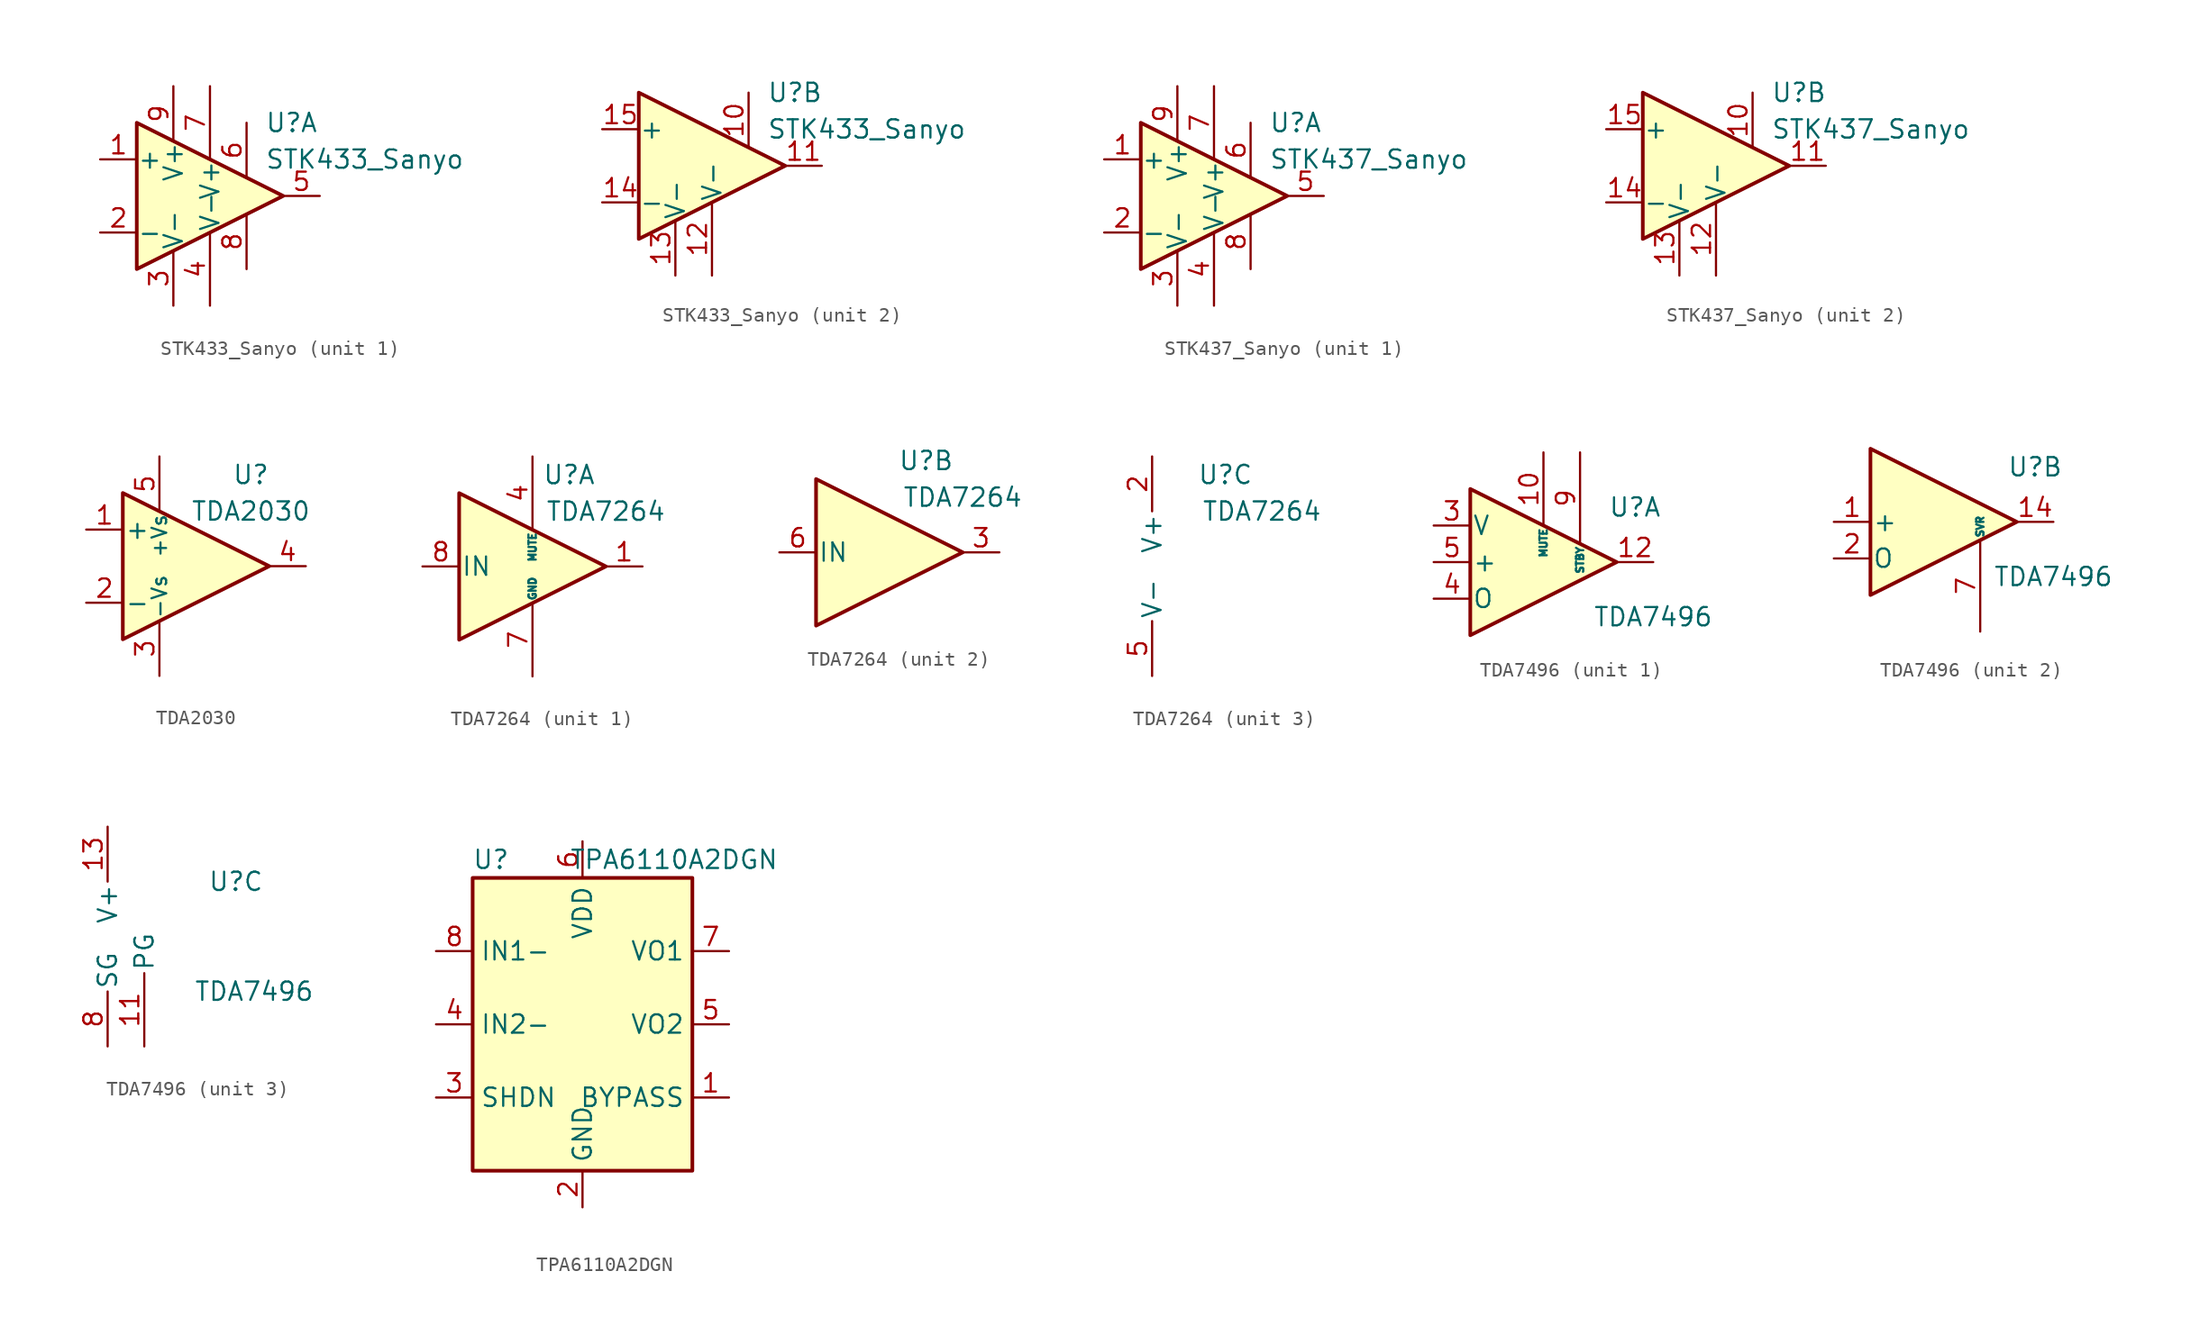
<source format=kicad_sym>
(kicad_symbol_lib
  (version 20220914)
  (generator kicad_symbol_editor)
  (symbol "STK433_Sanyo"
    (pin_names
      (offset 0.025))
    (property "Reference" "U"
      (at 3.81 5.08 0)
      (effects (font (size 1.27 1.27)) (justify left)))
    (property "Value" "STK433_Sanyo"
      (at 3.81 2.54 0)
      (effects (font (size 1.27 1.27)) (justify left)))
    (symbol "STK433_Sanyo_0_1"
      (polyline (pts (xy -5.08 5.08) (xy 5.08 0) (xy -5.08 -5.08) (xy -5.08 5.08)) (stroke (width 0.254) (type default)) (fill (type background))))
    (symbol "STK433_Sanyo_1_1"
      (pin input line (at -7.62 2.54 0) (length 2.54) (name "+" (effects (font (size 1.27 1.27)))) (number "1" (effects (font (size 1.27 1.27)))))
      (pin input line (at -7.62 -2.54 0) (length 2.54) (name "-" (effects (font (size 1.27 1.27)))) (number "2" (effects (font (size 1.27 1.27)))))
      (pin power_in line (at -2.54 -7.62 90) (length 3.81) (name "V-" (effects (font (size 1.27 1.27)))) (number "3" (effects (font (size 1.27 1.27)))))
      (pin power_in line (at 0 -7.62 90) (length 5.08) (name "V-" (effects (font (size 1.27 1.27)))) (number "4" (effects (font (size 1.27 1.27)))))
      (pin output line (at 7.62 0 180) (length 2.54) (name "~" (effects (font (size 1.27 1.27)))) (number "5" (effects (font (size 1.27 1.27)))))
      (pin passive line (at 2.54 5.08 270) (length 3.81) (name "~" (effects (font (size 1.27 1.27)))) (number "6" (effects (font (size 1.27 1.27)))))
      (pin power_in line (at 0 7.62 270) (length 5.08) (name "V+" (effects (font (size 1.27 1.27)))) (number "7" (effects (font (size 1.27 1.27)))))
      (pin power_in line (at 2.54 -5.08 90) (length 3.81) (name "~" (effects (font (size 1.27 1.27)))) (number "8" (effects (font (size 1.27 1.27)))))
      (pin power_in line (at -2.54 7.62 270) (length 3.81) (name "V+" (effects (font (size 1.27 1.27)))) (number "9" (effects (font (size 1.27 1.27))))))
    (symbol "STK433_Sanyo_2_1"
      (pin passive line (at 2.54 5.08 270) (length 3.81) (name "~" (effects (font (size 1.27 1.27)))) (number "10" (effects (font (size 1.27 1.27)))))
      (pin output line (at 7.62 0 180) (length 2.54) (name "~" (effects (font (size 1.27 1.27)))) (number "11" (effects (font (size 1.27 1.27)))))
      (pin power_in line (at 0 -7.62 90) (length 5.08) (name "V-" (effects (font (size 1.27 1.27)))) (number "12" (effects (font (size 1.27 1.27)))))
      (pin power_in line (at -2.54 -7.62 90) (length 3.81) (name "V-" (effects (font (size 1.27 1.27)))) (number "13" (effects (font (size 1.27 1.27)))))
      (pin input line (at -7.62 -2.54 0) (length 2.54) (name "-" (effects (font (size 1.27 1.27)))) (number "14" (effects (font (size 1.27 1.27)))))
      (pin input line (at -7.62 2.54 0) (length 2.54) (name "+" (effects (font (size 1.27 1.27)))) (number "15" (effects (font (size 1.27 1.27)))))))
  (symbol "STK437_Sanyo"
    (pin_names
      (offset 0.025))
    (property "Reference" "U"
      (at 3.81 5.08 0)
      (effects (font (size 1.27 1.27)) (justify left)))
    (property "Value" "STK437_Sanyo"
      (at 3.81 2.54 0)
      (effects (font (size 1.27 1.27)) (justify left)))
    (symbol "STK437_Sanyo_0_1"
      (polyline (pts (xy -5.08 5.08) (xy 5.08 0) (xy -5.08 -5.08) (xy -5.08 5.08)) (stroke (width 0.254) (type default)) (fill (type background))))
    (symbol "STK437_Sanyo_1_1"
      (pin input line (at -7.62 2.54 0) (length 2.54) (name "+" (effects (font (size 1.27 1.27)))) (number "1" (effects (font (size 1.27 1.27)))))
      (pin input line (at -7.62 -2.54 0) (length 2.54) (name "-" (effects (font (size 1.27 1.27)))) (number "2" (effects (font (size 1.27 1.27)))))
      (pin power_in line (at -2.54 -7.62 90) (length 3.81) (name "V-" (effects (font (size 1.27 1.27)))) (number "3" (effects (font (size 1.27 1.27)))))
      (pin power_in line (at 0 -7.62 90) (length 5.08) (name "V-" (effects (font (size 1.27 1.27)))) (number "4" (effects (font (size 1.27 1.27)))))
      (pin output line (at 7.62 0 180) (length 2.54) (name "~" (effects (font (size 1.27 1.27)))) (number "5" (effects (font (size 1.27 1.27)))))
      (pin passive line (at 2.54 5.08 270) (length 3.81) (name "~" (effects (font (size 1.27 1.27)))) (number "6" (effects (font (size 1.27 1.27)))))
      (pin power_in line (at 0 7.62 270) (length 5.08) (name "V+" (effects (font (size 1.27 1.27)))) (number "7" (effects (font (size 1.27 1.27)))))
      (pin power_in line (at 2.54 -5.08 90) (length 3.81) (name "~" (effects (font (size 1.27 1.27)))) (number "8" (effects (font (size 1.27 1.27)))))
      (pin power_in line (at -2.54 7.62 270) (length 3.81) (name "V+" (effects (font (size 1.27 1.27)))) (number "9" (effects (font (size 1.27 1.27))))))
    (symbol "STK437_Sanyo_2_1"
      (pin passive line (at 2.54 5.08 270) (length 3.81) (name "~" (effects (font (size 1.27 1.27)))) (number "10" (effects (font (size 1.27 1.27)))))
      (pin output line (at 7.62 0 180) (length 2.54) (name "~" (effects (font (size 1.27 1.27)))) (number "11" (effects (font (size 1.27 1.27)))))
      (pin power_in line (at 0 -7.62 90) (length 5.08) (name "V-" (effects (font (size 1.27 1.27)))) (number "12" (effects (font (size 1.27 1.27)))))
      (pin power_in line (at -2.54 -7.62 90) (length 3.81) (name "V-" (effects (font (size 1.27 1.27)))) (number "13" (effects (font (size 1.27 1.27)))))
      (pin input line (at -7.62 -2.54 0) (length 2.54) (name "-" (effects (font (size 1.27 1.27)))) (number "14" (effects (font (size 1.27 1.27)))))
      (pin input line (at -7.62 2.54 0) (length 2.54) (name "+" (effects (font (size 1.27 1.27)))) (number "15" (effects (font (size 1.27 1.27)))))))
  (symbol "TDA2030"
    (pin_names
      (offset 0.127))
    (property "Reference" "U"
      (at 3.81 6.35 0)
      (effects (font (size 1.27 1.27))))
    (property "Value" "TDA2030"
      (at 3.81 3.81 0)
      (effects (font (size 1.27 1.27))))
    (symbol "TDA2030_0_1"
      (polyline (pts (xy -5.08 5.08) (xy 5.08 0) (xy -5.08 -5.08) (xy -5.08 5.08)) (stroke (width 0.254) (type default)) (fill (type background))))
    (symbol "TDA2030_1_1"
      (pin input line (at -7.62 2.54 0) (length 2.54) (name "+" (effects (font (size 1.27 1.27)))) (number "1" (effects (font (size 1.27 1.27)))))
      (pin input line (at -7.62 -2.54 0) (length 2.54) (name "-" (effects (font (size 1.27 1.27)))) (number "2" (effects (font (size 1.27 1.27)))))
      (pin power_in line (at -2.54 -7.62 90) (length 3.81) (name "-Vs" (effects (font (size 1.016 1.016)))) (number "3" (effects (font (size 1.27 1.27)))))
      (pin output line (at 7.62 0 180) (length 2.54) (name "~" (effects (font (size 1.27 1.27)))) (number "4" (effects (font (size 1.27 1.27)))))
      (pin power_in line (at -2.54 7.62 270) (length 3.81) (name "+Vs" (effects (font (size 1.016 1.016)))) (number "5" (effects (font (size 1.27 1.27)))))))
  (symbol "TDA7264"
    (pin_names
      (offset 0.127))
    (property "Reference" "U"
      (at 2.54 6.35 0)
      (effects (font (size 1.27 1.27))))
    (property "Value" "TDA7264"
      (at 5.08 3.81 0)
      (effects (font (size 1.27 1.27))))
    (property "ki_locked" ""
      (at 0 0 0)
      (effects (font (size 1.27 1.27))))
    (symbol "TDA7264_1_1"
      (polyline (pts (xy 5.08 0) (xy -5.08 5.08) (xy -5.08 -5.08) (xy 5.08 0)) (stroke (width 0.254) (type default)) (fill (type background)))
      (pin output line (at 7.62 0 180) (length 2.54) (name "~" (effects (font (size 1.27 1.27)))) (number "1" (effects (font (size 1.27 1.27)))))
      (pin input line (at 0 7.62 270) (length 5.08) (name "MUTE" (effects (font (size 0.508 0.508)))) (number "4" (effects (font (size 1.27 1.27)))))
      (pin power_in line (at 0 -7.62 90) (length 5.08) (name "GND" (effects (font (size 0.508 0.508)))) (number "7" (effects (font (size 1.27 1.27)))))
      (pin input line (at -7.62 0 0) (length 2.54) (name "IN" (effects (font (size 1.27 1.27)))) (number "8" (effects (font (size 1.27 1.27))))))
    (symbol "TDA7264_2_1"
      (polyline (pts (xy 5.08 0) (xy -5.08 5.08) (xy -5.08 -5.08) (xy 5.08 0)) (stroke (width 0.254) (type default)) (fill (type background)))
      (pin output line (at 7.62 0 180) (length 2.54) (name "~" (effects (font (size 1.27 1.27)))) (number "3" (effects (font (size 1.27 1.27)))))
      (pin input line (at -7.62 0 0) (length 2.54) (name "IN" (effects (font (size 1.27 1.27)))) (number "6" (effects (font (size 1.27 1.27))))))
    (symbol "TDA7264_3_1"
      (pin power_in line (at -2.54 7.62 270) (length 3.81) (name "V+" (effects (font (size 1.27 1.27)))) (number "2" (effects (font (size 1.27 1.27)))))
      (pin power_in line (at -2.54 -7.62 90) (length 3.81) (name "V-" (effects (font (size 1.27 1.27)))) (number "5" (effects (font (size 1.27 1.27)))))))
  (symbol "TDA7496"
    (pin_names
      (offset 0.127))
    (property "Reference" "U"
      (at 6.35 3.81 0)
      (effects (font (size 1.27 1.27))))
    (property "Value" "TDA7496"
      (at 7.62 -3.81 0)
      (effects (font (size 1.27 1.27))))
    (property "ki_locked" ""
      (at 0 0 0)
      (effects (font (size 1.27 1.27))))
    (symbol "TDA7496_1_1"
      (polyline (pts (xy 5.08 0) (xy -5.08 5.08) (xy -5.08 -5.08) (xy 5.08 0)) (stroke (width 0.254) (type default)) (fill (type background)))
      (pin input line (at 0 7.62 270) (length 5.08) (name "MUTE" (effects (font (size 0.508 0.508)))) (number "10" (effects (font (size 1.27 1.27)))))
      (pin output line (at 7.62 0 180) (length 2.54) (name "~" (effects (font (size 1.27 1.27)))) (number "12" (effects (font (size 1.27 1.27)))))
      (pin input line (at -7.62 2.54 0) (length 2.54) (name "V" (effects (font (size 1.27 1.27)))) (number "3" (effects (font (size 1.27 1.27)))))
      (pin output line (at -7.62 -2.54 0) (length 2.54) (name "O" (effects (font (size 1.27 1.27)))) (number "4" (effects (font (size 1.27 1.27)))))
      (pin input line (at -7.62 0 0) (length 2.54) (name "+" (effects (font (size 1.27 1.27)))) (number "5" (effects (font (size 1.27 1.27)))))
      (pin no_connect line (at 0 2.54 270) (length 2.54) hide (name "NC" (effects (font (size 1.27 1.27)))) (number "6" (effects (font (size 1.27 1.27)))))
      (pin input line (at 2.54 7.62 270) (length 6.35) (name "STBY" (effects (font (size 0.508 0.508)))) (number "9" (effects (font (size 1.27 1.27))))))
    (symbol "TDA7496_2_1"
      (polyline (pts (xy 5.08 0) (xy -5.08 5.08) (xy -5.08 -5.08) (xy 5.08 0)) (stroke (width 0.254) (type default)) (fill (type background)))
      (pin input line (at -7.62 0 0) (length 2.54) (name "+" (effects (font (size 1.27 1.27)))) (number "1" (effects (font (size 1.27 1.27)))))
      (pin output line (at 7.62 0 180) (length 2.54) (name "~" (effects (font (size 1.27 1.27)))) (number "14" (effects (font (size 1.27 1.27)))))
      (pin output line (at -7.62 -2.54 0) (length 2.54) (name "O" (effects (font (size 1.27 1.27)))) (number "2" (effects (font (size 1.27 1.27)))))
      (pin passive line (at 2.54 -7.62 90) (length 6.35) (name "SVR" (effects (font (size 0.508 0.508)))) (number "7" (effects (font (size 1.27 1.27))))))
    (symbol "TDA7496_3_1"
      (pin power_in line (at 0 -7.62 90) (length 5.08) (name "PG" (effects (font (size 1.27 1.27)))) (number "11" (effects (font (size 1.27 1.27)))))
      (pin power_in line (at -2.54 7.62 270) (length 3.81) (name "V+" (effects (font (size 1.27 1.27)))) (number "13" (effects (font (size 1.27 1.27)))))
      (pin passive line (at 0 -7.62 90) (length 5.08) hide (name "PG" (effects (font (size 1.27 1.27)))) (number "15" (effects (font (size 1.27 1.27)))))
      (pin power_in line (at -2.54 -7.62 90) (length 3.81) (name "SG" (effects (font (size 1.27 1.27)))) (number "8" (effects (font (size 1.27 1.27)))))))
  (symbol "TPA6110A2DGN"
    (property "Reference" "U"
      (at -6.35 11.43 0)
      (effects (font (size 1.27 1.27))))
    (property "Value" "TPA6110A2DGN"
      (at 6.35 11.43 0)
      (effects (font (size 1.27 1.27))))
    (symbol "TPA6110A2DGN_0_1"
      (rectangle (start -7.62 10.16) (end 7.62 -10.16) (stroke (width 0.254) (type default)) (fill (type background))))
    (symbol "TPA6110A2DGN_1_1"
      (pin passive line (at 10.16 -5.08 180) (length 2.54) (name "BYPASS" (effects (font (size 1.27 1.27)))) (number "1" (effects (font (size 1.27 1.27)))))
      (pin power_in line (at 0 -12.7 90) (length 2.54) (name "GND" (effects (font (size 1.27 1.27)))) (number "2" (effects (font (size 1.27 1.27)))))
      (pin input line (at -10.16 -5.08 0) (length 2.54) (name "SHDN" (effects (font (size 1.27 1.27)))) (number "3" (effects (font (size 1.27 1.27)))))
      (pin input line (at -10.16 0 0) (length 2.54) (name "IN2-" (effects (font (size 1.27 1.27)))) (number "4" (effects (font (size 1.27 1.27)))))
      (pin output line (at 10.16 0 180) (length 2.54) (name "VO2" (effects (font (size 1.27 1.27)))) (number "5" (effects (font (size 1.27 1.27)))))
      (pin power_in line (at 0 12.7 270) (length 2.54) (name "VDD" (effects (font (size 1.27 1.27)))) (number "6" (effects (font (size 1.27 1.27)))))
      (pin output line (at 10.16 5.08 180) (length 2.54) (name "VO1" (effects (font (size 1.27 1.27)))) (number "7" (effects (font (size 1.27 1.27)))))
      (pin input line (at -10.16 5.08 0) (length 2.54) (name "IN1-" (effects (font (size 1.27 1.27)))) (number "8" (effects (font (size 1.27 1.27)))))
      (pin passive line (at 0 -12.7 90) (length 2.54) hide (name "GND" (effects (font (size 1.27 1.27)))) (number "9" (effects (font (size 1.27 1.27))))))))
</source>
